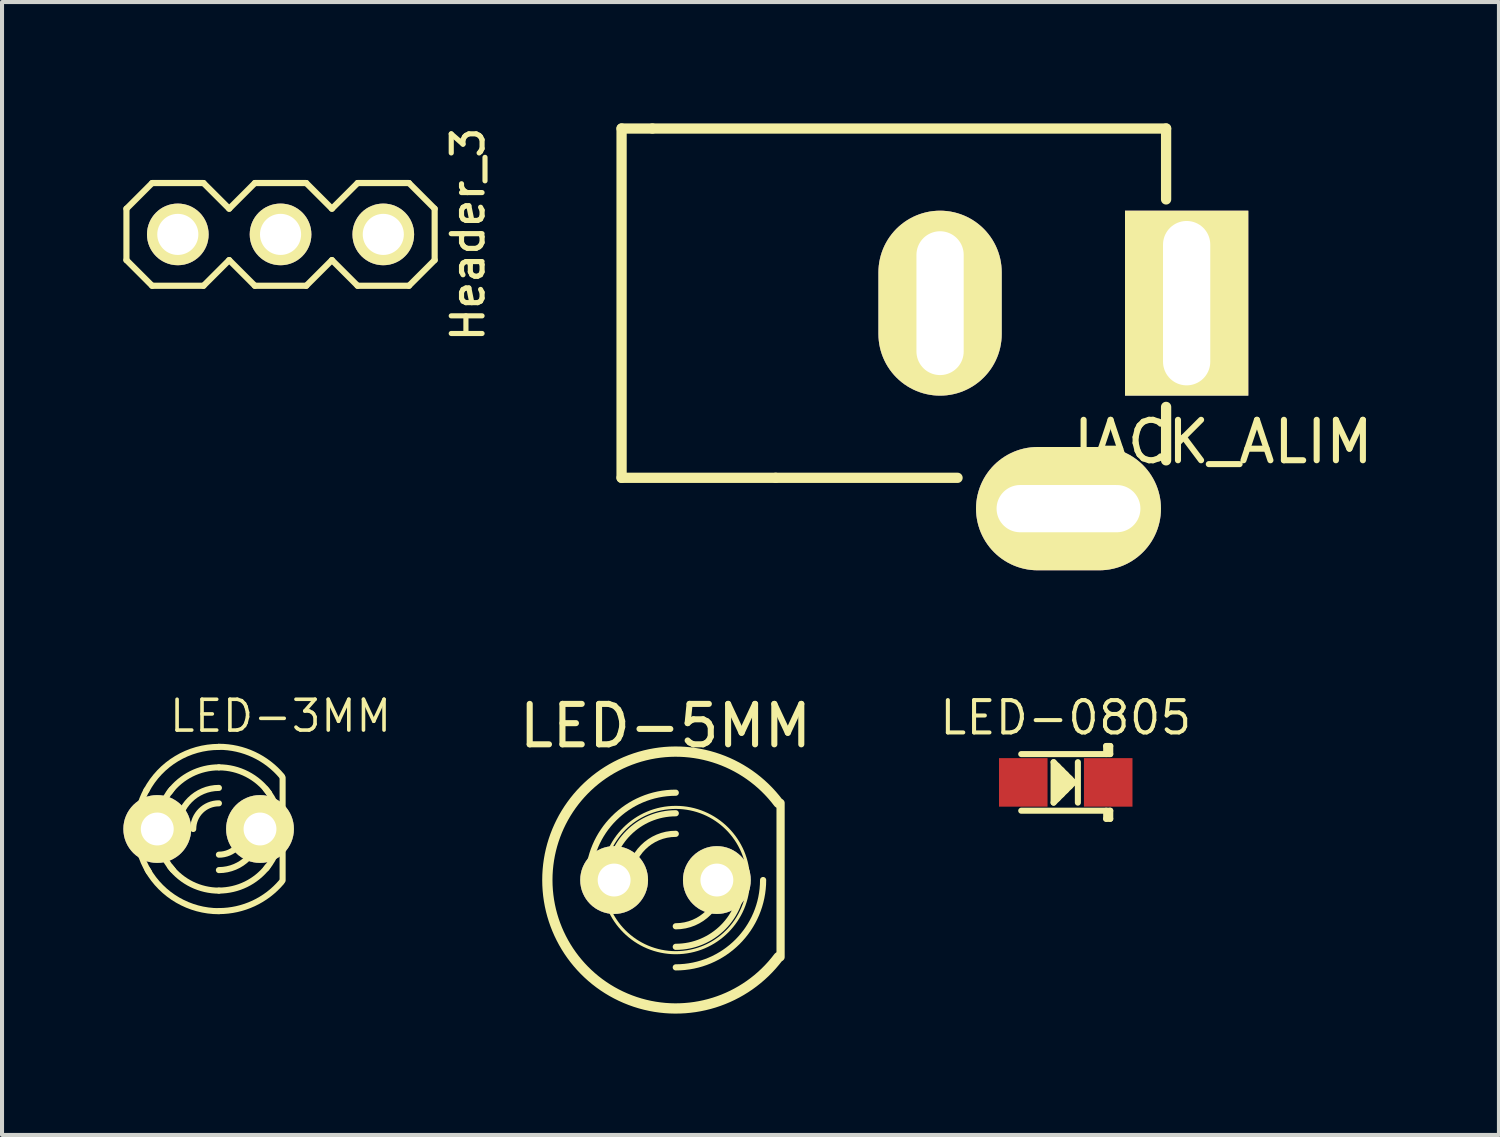
<source format=kicad_pcb>
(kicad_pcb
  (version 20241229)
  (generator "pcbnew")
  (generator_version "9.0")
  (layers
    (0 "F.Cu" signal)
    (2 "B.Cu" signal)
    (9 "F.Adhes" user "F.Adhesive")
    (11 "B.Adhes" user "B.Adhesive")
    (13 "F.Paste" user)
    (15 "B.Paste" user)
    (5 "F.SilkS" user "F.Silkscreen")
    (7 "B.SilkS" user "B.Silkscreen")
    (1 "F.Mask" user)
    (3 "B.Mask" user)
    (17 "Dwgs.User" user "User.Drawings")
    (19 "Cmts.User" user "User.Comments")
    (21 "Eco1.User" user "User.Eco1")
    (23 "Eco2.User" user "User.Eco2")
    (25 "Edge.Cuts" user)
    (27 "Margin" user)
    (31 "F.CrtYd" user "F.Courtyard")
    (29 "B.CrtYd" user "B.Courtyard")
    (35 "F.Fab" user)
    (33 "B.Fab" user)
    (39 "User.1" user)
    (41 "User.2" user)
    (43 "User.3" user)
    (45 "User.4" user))
  (footprint "JACK_ALIM"
    (layer "F.Cu")
    (at 20.191 4.445)
    (property "Reference" "JACK_ALIM" (at 6.858 3.429 0) (layer "F.SilkS") (effects (font (size 1 1) (thickness 0.15))))
    (attr smd)
    (fp_line (start -7.874 -4.318) (end -7.874 4.318) (stroke (width 0.254) (type solid)) (layer "F.SilkS"))
    (fp_line (start -7.874 4.318) (end -4.064 4.318) (stroke (width 0.254) (type solid)) (layer "F.SilkS"))
    (fp_line (start -7.112 -4.318) (end -7.874 -4.318) (stroke (width 0.254) (type solid)) (layer "F.SilkS"))
    (fp_line (start -7.112 -4.318) (end 5.588 -4.318) (stroke (width 0.254) (type solid)) (layer "F.SilkS"))
    (fp_line (start -4.064 4.318) (end 0.432 4.318) (stroke (width 0.254) (type solid)) (layer "F.SilkS"))
    (fp_line (start 5.588 -4.318) (end 5.588 -2.565) (stroke (width 0.254) (type solid)) (layer "F.SilkS"))
    (fp_line (start 5.588 3.886) (end 5.588 2.565) (stroke (width 0.254) (type solid)) (layer "F.SilkS"))
    (pad "1" thru_hole rect (at 6.096 0) (size 3.048 4.572) (drill oval 1.168 4.064) (layers "*.Cu" "*.Mask" "F.SilkS"))
    (pad "2" thru_hole oval (at 0 0) (size 3.048 4.572) (drill oval 1.168 3.556) (layers "*.Cu" "*.Mask" "F.SilkS"))
    (pad "3" thru_hole oval (at 3.175 5.08) (size 4.572 3.048) (drill oval 3.556 1.168) (layers "*.Cu" "*.Mask" "F.SilkS")))
  (footprint "LED-0805"
    (layer "F.Cu")
    (at 23.298 16.293)
    (property "Reference" "LED-0805" (at 0 -1.6 0) (layer "F.SilkS") (effects (font (size 0.8 0.8) (thickness 0.1))))
    (attr smd)
    (fp_line (start -1.1 -0.7) (end 1.1 -0.7) (stroke (width 0.15) (type solid)) (layer "F.SilkS"))
    (fp_line (start -0.3 -0.5) (end -0.3 0.5) (stroke (width 0.15) (type solid)) (layer "F.SilkS"))
    (fp_line (start -0.3 0.5) (end 0.2 0) (stroke (width 0.15) (type solid)) (layer "F.SilkS"))
    (fp_line (start -0.2 -0.4) (end -0.2 0.4) (stroke (width 0.15) (type solid)) (layer "F.SilkS"))
    (fp_line (start -0.1 0.3) (end -0.1 -0.3) (stroke (width 0.15) (type solid)) (layer "F.SilkS"))
    (fp_line (start 0 -0.2) (end 0 0.2) (stroke (width 0.15) (type solid)) (layer "F.SilkS"))
    (fp_line (start 0.1 0.1) (end 0.1 -0.1) (stroke (width 0.15) (type solid)) (layer "F.SilkS"))
    (fp_line (start 0.2 0) (end -0.3 -0.5) (stroke (width 0.15) (type solid)) (layer "F.SilkS"))
    (fp_line (start 0.3 -0.5) (end 0.3 0.5) (stroke (width 0.15) (type solid)) (layer "F.SilkS"))
    (fp_line (start 1 -0.9) (end 1 -0.7) (stroke (width 0.15) (type solid)) (layer "F.SilkS"))
    (fp_line (start 1 0.9) (end 1 0.7) (stroke (width 0.15) (type solid)) (layer "F.SilkS"))
    (fp_line (start 1.1 -0.9) (end 1 -0.9) (stroke (width 0.15) (type solid)) (layer "F.SilkS"))
    (fp_line (start 1.1 -0.7) (end 1.1 -0.9) (stroke (width 0.15) (type solid)) (layer "F.SilkS"))
    (fp_line (start 1.1 0.7) (end -1.1 0.7) (stroke (width 0.15) (type solid)) (layer "F.SilkS"))
    (fp_line (start 1.1 0.7) (end 1.1 0.9) (stroke (width 0.15) (type solid)) (layer "F.SilkS"))
    (fp_line (start 1.1 0.9) (end 1 0.9) (stroke (width 0.15) (type solid)) (layer "F.SilkS"))
    (pad "1" smd rect (at -1.05 0) (size 1.2 1.2) (layers "F.Cu" "F.Mask" "F.Paste"))
    (pad "2" smd rect (at 1.05 0) (size 1.2 1.2) (layers "F.Cu" "F.Mask" "F.Paste")))
  (footprint "LED-5MM"
    (layer "F.Cu")
    (at 13.403 18.707)
    (property "Reference" "LED-5MM" (at 0 -3.81 0) (layer "F.SilkS") (effects (font (size 1 1) (thickness 0.15))))
    (attr through_hole)
    (fp_line (start 2.845 1.905) (end 2.845 -1.905) (stroke (width 0.203) (type solid)) (layer "F.SilkS"))
    (fp_arc (start -1.905 0) (mid -1.272644 -1.526644) (end 0.254 -2.159) (stroke (width 0.1524) (type solid)) (layer "F.SilkS"))
    (fp_arc (start -1.397 0) (mid -0.913433 -1.167433) (end 0.254 -1.651) (stroke (width 0.1524) (type solid)) (layer "F.SilkS"))
    (fp_arc (start -0.889 0) (mid -0.554223 -0.808223) (end 0.254 -1.143) (stroke (width 0.1524) (type solid)) (layer "F.SilkS"))
    (fp_arc (start 1.397 0) (mid 1.062223 0.808223) (end 0.254 1.143) (stroke (width 0.1524) (type solid)) (layer "F.SilkS"))
    (fp_arc (start 1.905 0) (mid 1.421433 1.167433) (end 0.254 1.651) (stroke (width 0.1524) (type solid)) (layer "F.SilkS"))
    (fp_arc (start 2.413 0) (mid 1.780644 1.526644) (end 0.254 2.159) (stroke (width 0.1524) (type solid)) (layer "F.SilkS"))
    (fp_arc (start 2.794 1.905) (mid -2.921 0.001668) (end 2.791997 -1.907668) (stroke (width 0.254) (type solid)) (layer "F.SilkS"))
    (fp_circle (center 0.254 0) (end -1.016 1.27) (stroke (width 0.076) (type solid)) (fill no) (layer "F.SilkS"))
    (pad "1" thru_hole circle (at -1.27 0) (size 1.676 1.676) (drill 0.813) (layers "*.Cu" "*.Mask" "F.SilkS"))
    (pad "2" thru_hole circle (at 1.27 0) (size 1.676 1.676) (drill 0.813) (layers "*.Cu" "*.Mask" "F.SilkS")))
  (footprint "Header_3"
    (layer "F.Cu")
    (at 3.886 2.745)
    (property "Reference" "Header_3" (at 4.636 0 90) (layer "F.SilkS") (effects (font (size 0.762 0.762) (thickness 0.127))))
    (attr smd)
    (fp_line (start -3.81 -0.635) (end -3.81 0.635) (stroke (width 0.152) (type solid)) (layer "F.SilkS"))
    (fp_line (start -3.81 -0.635) (end -3.175 -1.27) (stroke (width 0.152) (type solid)) (layer "F.SilkS"))
    (fp_line (start -3.175 -1.27) (end -1.905 -1.27) (stroke (width 0.152) (type solid)) (layer "F.SilkS"))
    (fp_line (start -3.175 1.27) (end -3.81 0.635) (stroke (width 0.152) (type solid)) (layer "F.SilkS"))
    (fp_line (start -1.905 -1.27) (end -1.27 -0.635) (stroke (width 0.152) (type solid)) (layer "F.SilkS"))
    (fp_line (start -1.905 1.27) (end -3.175 1.27) (stroke (width 0.152) (type solid)) (layer "F.SilkS"))
    (fp_line (start -1.27 -0.635) (end -0.635 -1.27) (stroke (width 0.152) (type solid)) (layer "F.SilkS"))
    (fp_line (start -1.27 0.635) (end -1.905 1.27) (stroke (width 0.152) (type solid)) (layer "F.SilkS"))
    (fp_line (start -0.635 -1.27) (end 0.635 -1.27) (stroke (width 0.152) (type solid)) (layer "F.SilkS"))
    (fp_line (start -0.635 1.27) (end -1.27 0.635) (stroke (width 0.152) (type solid)) (layer "F.SilkS"))
    (fp_line (start 0.635 -1.27) (end 1.27 -0.635) (stroke (width 0.152) (type solid)) (layer "F.SilkS"))
    (fp_line (start 0.635 1.27) (end -0.635 1.27) (stroke (width 0.152) (type solid)) (layer "F.SilkS"))
    (fp_line (start 1.27 -0.635) (end 1.905 -1.27) (stroke (width 0.152) (type solid)) (layer "F.SilkS"))
    (fp_line (start 1.27 0.635) (end 0.635 1.27) (stroke (width 0.152) (type solid)) (layer "F.SilkS"))
    (fp_line (start 1.905 -1.27) (end 3.175 -1.27) (stroke (width 0.152) (type solid)) (layer "F.SilkS"))
    (fp_line (start 1.905 1.27) (end 1.27 0.635) (stroke (width 0.152) (type solid)) (layer "F.SilkS"))
    (fp_line (start 3.175 -1.27) (end 3.81 -0.635) (stroke (width 0.152) (type solid)) (layer "F.SilkS"))
    (fp_line (start 3.175 1.27) (end 1.905 1.27) (stroke (width 0.152) (type solid)) (layer "F.SilkS"))
    (fp_line (start 3.81 -0.635) (end 3.81 0.635) (stroke (width 0.152) (type solid)) (layer "F.SilkS"))
    (fp_line (start 3.81 0.635) (end 3.175 1.27) (stroke (width 0.152) (type solid)) (layer "F.SilkS"))
    (pad "1" thru_hole circle (at -2.54 0) (size 1.524 1.524) (drill 1.016) (layers "*.Cu" "*.Mask" "F.SilkS"))
    (pad "2" thru_hole circle (at 0 0) (size 1.524 1.524) (drill 1.016) (layers "*.Cu" "*.Mask" "F.SilkS"))
    (pad "3" thru_hole circle (at 2.54 0) (size 1.524 1.524) (drill 1.016) (layers "*.Cu" "*.Mask" "F.SilkS")))
  (footprint "LED-3MM"
    (layer "F.Cu")
    (at 2.108 17.445)
    (property "Reference" "LED-3MM" (at 1.778 -2.794 0) (layer "F.SilkS") (effects (font (size 0.762 0.762) (thickness 0.089))))
    (attr through_hole)
    (fp_line (start 1.829 1.27) (end 1.829 -1.27) (stroke (width 0.15) (type solid)) (layer "F.SilkS"))
    (fp_arc (start -1.778 0) (mid -1.716347 -0.496745) (end -1.53513 -0.963347) (stroke (width 0.15) (type solid)) (layer "F.SilkS"))
    (fp_arc (start -1.5367 -0.95504) (mid -0.790567 -1.739997) (end 0.253025 -2.02946) (stroke (width 0.15) (type solid)) (layer "F.SilkS"))
    (fp_arc (start -1.47574 1.06426) (mid -1.700164 0.553076) (end -1.776923 0.0001) (stroke (width 0.15) (type solid)) (layer "F.SilkS"))
    (fp_arc (start -1.27 0) (mid -1.178999 -0.518738) (end -0.916864 -0.975527) (stroke (width 0.15) (type solid)) (layer "F.SilkS"))
    (fp_arc (start -0.9652 -0.9144) (mid -0.427912 -1.362928) (end 0.253199 -1.524) (stroke (width 0.15) (type solid)) (layer "F.SilkS"))
    (fp_arc (start -0.88392 1.01092) (mid -1.168742 0.540951) (end -1.268111 0.000469) (stroke (width 0.15) (type solid)) (layer "F.SilkS"))
    (fp_arc (start -0.762 0) (mid -0.46442 -0.71842) (end 0.254 -1.016) (stroke (width 0.15) (type solid)) (layer "F.SilkS"))
    (fp_arc (start -0.381 0) (mid -0.195013 -0.449013) (end 0.254 -0.635) (stroke (width 0.15) (type solid)) (layer "F.SilkS"))
    (fp_arc (start 0.254 -2.032) (mid 1.114367 -1.840867) (end 1.81288 -1.303426) (stroke (width 0.15) (type solid)) (layer "F.SilkS"))
    (fp_arc (start 0.254 -1.524) (mid 0.950618 -1.35547) (end 1.493166 -0.887155) (stroke (width 0.15) (type solid)) (layer "F.SilkS"))
    (fp_arc (start 0.254 1.524) (mid -0.415273 1.369179) (end -0.948564 0.936171) (stroke (width 0.15) (type solid)) (layer "F.SilkS"))
    (fp_arc (start 0.254 2.032) (mid -0.76507 1.757988) (end -1.509299 1.009851) (stroke (width 0.15) (type solid)) (layer "F.SilkS"))
    (fp_arc (start 0.889 0) (mid 0.703013 0.449013) (end 0.254 0.635) (stroke (width 0.15) (type solid)) (layer "F.SilkS"))
    (fp_arc (start 1.27 0) (mid 0.97242 0.71842) (end 0.254 1.016) (stroke (width 0.15) (type solid)) (layer "F.SilkS"))
    (fp_arc (start 1.4097 -0.9906) (mid 1.681593 -0.528119) (end 1.776147 -0.000034) (stroke (width 0.15) (type solid)) (layer "F.SilkS"))
    (fp_arc (start 1.45542 0.93472) (mid 0.922882 1.367373) (end 0.254442 1.522206) (stroke (width 0.15) (type solid)) (layer "F.SilkS"))
    (fp_arc (start 1.778 0) (mid 1.686999 0.518738) (end 1.424864 0.975527) (stroke (width 0.15) (type solid)) (layer "F.SilkS"))
    (fp_arc (start 1.8034 1.31064) (mid 1.109154 1.840416) (end 0.256552 2.029387) (stroke (width 0.15) (type solid)) (layer "F.SilkS"))
    (pad "1" thru_hole circle (at -1.27 0) (size 1.676 1.676) (drill 0.813) (layers "*.Cu" "*.Mask" "F.SilkS"))
    (pad "2" thru_hole circle (at 1.27 0) (size 1.676 1.676) (drill 0.813) (layers "*.Cu" "*.Mask" "F.SilkS")))
  (gr_rect
    (start -3 -3)
    (end 34.008 25.009)
    (stroke (width 0.1) (type default))
    (fill no)
    (layer "Edge.Cuts")))
</source>
